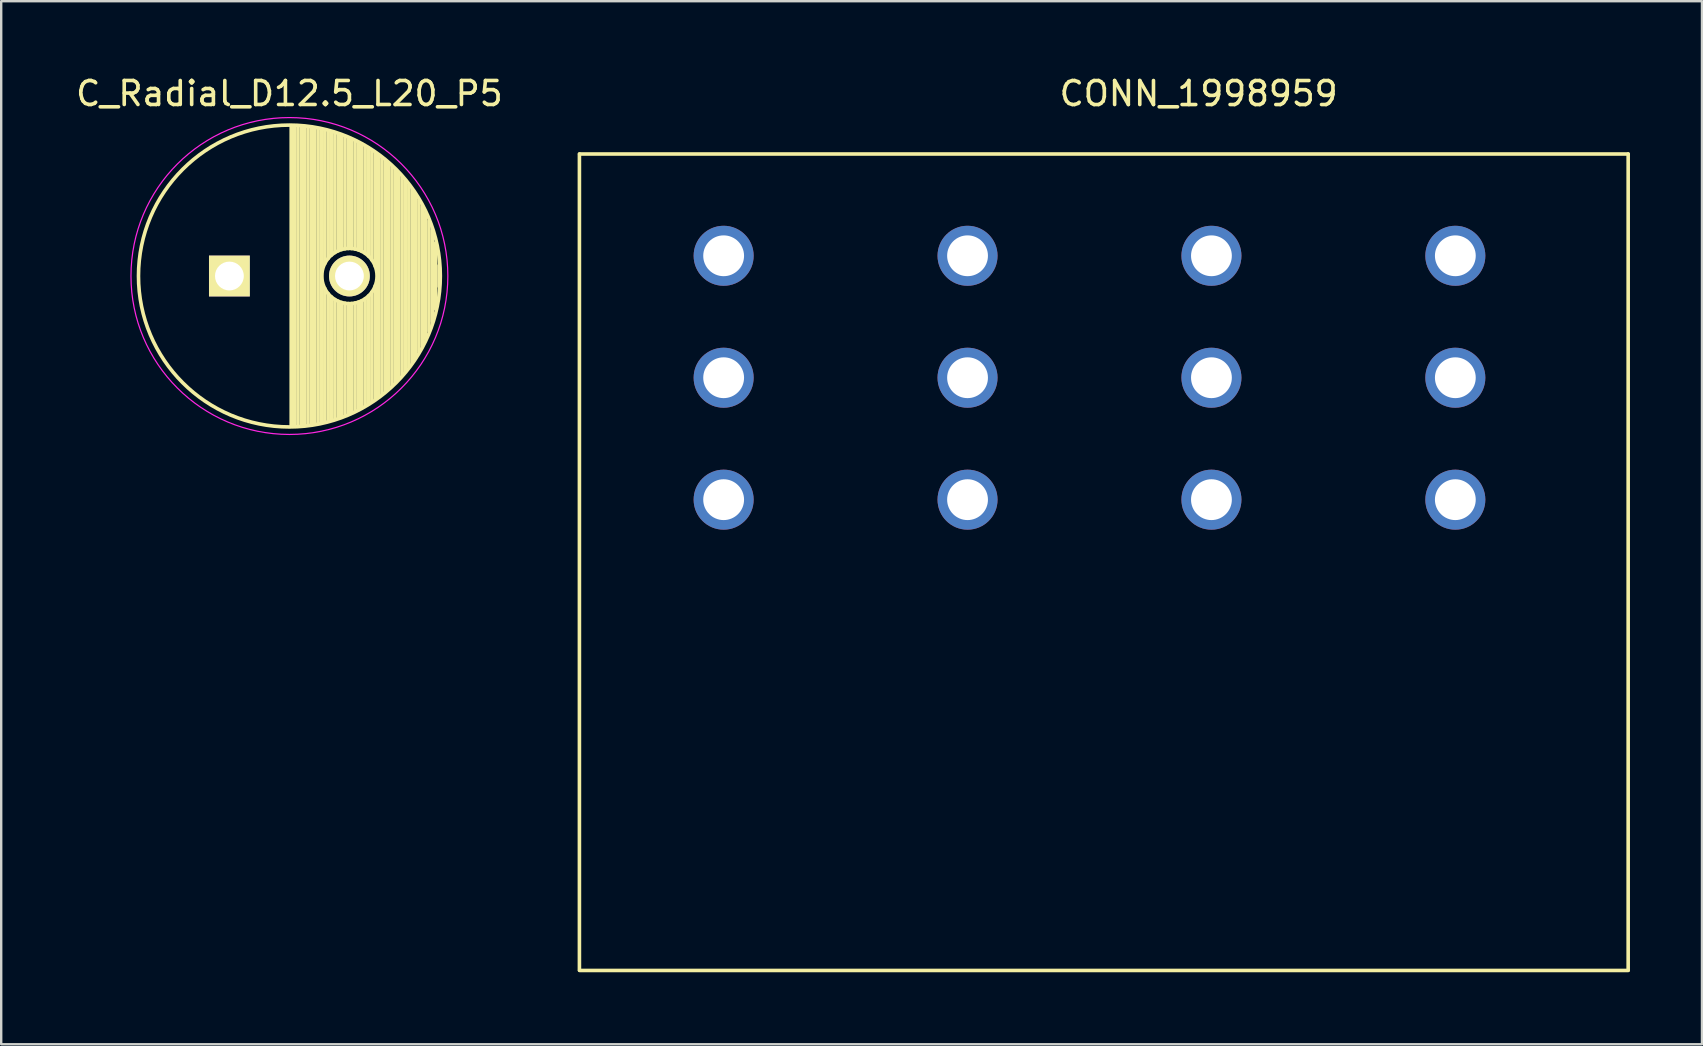
<source format=kicad_pcb>
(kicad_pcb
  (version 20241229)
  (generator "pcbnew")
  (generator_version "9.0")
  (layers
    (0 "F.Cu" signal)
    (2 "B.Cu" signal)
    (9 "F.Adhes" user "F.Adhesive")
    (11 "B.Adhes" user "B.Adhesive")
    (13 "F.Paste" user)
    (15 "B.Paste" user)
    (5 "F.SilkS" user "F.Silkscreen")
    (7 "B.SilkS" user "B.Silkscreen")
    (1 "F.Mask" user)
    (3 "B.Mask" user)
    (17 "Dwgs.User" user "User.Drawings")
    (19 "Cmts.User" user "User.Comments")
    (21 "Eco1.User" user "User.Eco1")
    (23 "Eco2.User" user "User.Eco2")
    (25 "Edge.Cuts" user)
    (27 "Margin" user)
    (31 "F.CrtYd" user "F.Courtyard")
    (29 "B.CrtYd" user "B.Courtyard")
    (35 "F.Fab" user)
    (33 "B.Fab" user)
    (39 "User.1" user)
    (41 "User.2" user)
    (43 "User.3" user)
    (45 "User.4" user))
  (footprint "CONN_1998959"
    (layer "F.Cu")
    (at 27.095 17.765)
    (property "Reference" "CONN_1998959" (at 19.787 -16.916 0) (layer "F.SilkS") (effects (font (size 1 1) (thickness 0.15))))
    (attr through_hole)
    (fp_line (start -6.008 -14.4) (end -6.008 19.6) (stroke (width 0.15) (type solid)) (layer "F.SilkS"))
    (fp_line (start -6 -14.4) (end 37.68 -14.4) (stroke (width 0.15) (type solid)) (layer "F.SilkS"))
    (fp_line (start -6 19.611) (end 37.68 19.611) (stroke (width 0.15) (type solid)) (layer "F.SilkS"))
    (fp_line (start 37.68 -14.4) (end 37.68 19.6) (stroke (width 0.15) (type solid)) (layer "F.SilkS"))
    (pad "1" thru_hole circle (at 0 0) (size 2.5 2.5) (drill 1.7) (layers "*.Cu" "*.Mask"))
    (pad "12" thru_hole circle (at 0 -5.08) (size 2.5 2.5) (drill 1.7) (layers "*.Cu" "*.Mask"))
    (pad "13" thru_hole circle (at 0 -10.16) (size 2.5 2.5) (drill 1.7) (layers "*.Cu" "*.Mask"))
    (pad "21" thru_hole circle (at 10.16 0) (size 2.5 2.5) (drill 1.7) (layers "*.Cu" "*.Mask"))
    (pad "22" thru_hole circle (at 10.16 -5.08) (size 2.5 2.5) (drill 1.7) (layers "*.Cu" "*.Mask"))
    (pad "23" thru_hole circle (at 10.16 -10.16) (size 2.5 2.5) (drill 1.7) (layers "*.Cu" "*.Mask"))
    (pad "31" thru_hole circle (at 20.32 0) (size 2.5 2.5) (drill 1.7) (layers "*.Cu" "*.Mask"))
    (pad "32" thru_hole circle (at 20.32 -5.08) (size 2.5 2.5) (drill 1.7) (layers "*.Cu" "*.Mask"))
    (pad "33" thru_hole circle (at 20.32 -10.16) (size 2.5 2.5) (drill 1.7) (layers "*.Cu" "*.Mask"))
    (pad "41" thru_hole circle (at 30.48 0) (size 2.5 2.5) (drill 1.7) (layers "*.Cu" "*.Mask"))
    (pad "42" thru_hole circle (at 30.48 -5.08) (size 2.5 2.5) (drill 1.7) (layers "*.Cu" "*.Mask"))
    (pad "43" thru_hole circle (at 30.48 -10.16) (size 2.5 2.5) (drill 1.7) (layers "*.Cu" "*.Mask")))
  (footprint "C_Radial_D12.5_L20_P5"
    (layer "F.Cu")
    (at 6.506 8.448)
    (property "Reference" "C_Radial_D12.5_L20_P5" (at 2.5 -7.6 0) (layer "F.SilkS") (effects (font (size 1 1) (thickness 0.15))))
    (attr through_hole)
    (fp_line (start 2.575 -6.25) (end 2.575 6.25) (stroke (width 0.15) (type solid)) (layer "F.SilkS"))
    (fp_line (start 2.715 -6.246) (end 2.715 6.246) (stroke (width 0.15) (type solid)) (layer "F.SilkS"))
    (fp_line (start 2.855 -6.24) (end 2.855 6.24) (stroke (width 0.15) (type solid)) (layer "F.SilkS"))
    (fp_line (start 2.995 -6.23) (end 2.995 6.23) (stroke (width 0.15) (type solid)) (layer "F.SilkS"))
    (fp_line (start 3.135 -6.218) (end 3.135 6.218) (stroke (width 0.15) (type solid)) (layer "F.SilkS"))
    (fp_line (start 3.275 -6.202) (end 3.275 6.202) (stroke (width 0.15) (type solid)) (layer "F.SilkS"))
    (fp_line (start 3.415 -6.183) (end 3.415 6.183) (stroke (width 0.15) (type solid)) (layer "F.SilkS"))
    (fp_line (start 3.555 -6.16) (end 3.555 6.16) (stroke (width 0.15) (type solid)) (layer "F.SilkS"))
    (fp_line (start 3.695 -6.135) (end 3.695 6.135) (stroke (width 0.15) (type solid)) (layer "F.SilkS"))
    (fp_line (start 3.835 -6.106) (end 3.835 6.106) (stroke (width 0.15) (type solid)) (layer "F.SilkS"))
    (fp_line (start 3.975 -6.073) (end 3.975 -0.521) (stroke (width 0.15) (type solid)) (layer "F.SilkS"))
    (fp_line (start 3.975 0.521) (end 3.975 6.073) (stroke (width 0.15) (type solid)) (layer "F.SilkS"))
    (fp_line (start 4.115 -6.038) (end 4.115 -0.734) (stroke (width 0.15) (type solid)) (layer "F.SilkS"))
    (fp_line (start 4.115 0.734) (end 4.115 6.038) (stroke (width 0.15) (type solid)) (layer "F.SilkS"))
    (fp_line (start 4.255 -5.999) (end 4.255 -0.876) (stroke (width 0.15) (type solid)) (layer "F.SilkS"))
    (fp_line (start 4.255 0.876) (end 4.255 5.999) (stroke (width 0.15) (type solid)) (layer "F.SilkS"))
    (fp_line (start 4.395 -5.956) (end 4.395 -0.978) (stroke (width 0.15) (type solid)) (layer "F.SilkS"))
    (fp_line (start 4.395 0.978) (end 4.395 5.956) (stroke (width 0.15) (type solid)) (layer "F.SilkS"))
    (fp_line (start 4.535 -5.909) (end 4.535 -1.052) (stroke (width 0.15) (type solid)) (layer "F.SilkS"))
    (fp_line (start 4.535 1.052) (end 4.535 5.909) (stroke (width 0.15) (type solid)) (layer "F.SilkS"))
    (fp_line (start 4.675 -5.859) (end 4.675 -1.103) (stroke (width 0.15) (type solid)) (layer "F.SilkS"))
    (fp_line (start 4.675 1.103) (end 4.675 5.859) (stroke (width 0.15) (type solid)) (layer "F.SilkS"))
    (fp_line (start 4.815 -5.805) (end 4.815 -1.135) (stroke (width 0.15) (type solid)) (layer "F.SilkS"))
    (fp_line (start 4.815 1.135) (end 4.815 5.805) (stroke (width 0.15) (type solid)) (layer "F.SilkS"))
    (fp_line (start 4.955 -5.748) (end 4.955 -1.149) (stroke (width 0.15) (type solid)) (layer "F.SilkS"))
    (fp_line (start 4.955 1.149) (end 4.955 5.748) (stroke (width 0.15) (type solid)) (layer "F.SilkS"))
    (fp_line (start 5.095 -5.686) (end 5.095 -1.146) (stroke (width 0.15) (type solid)) (layer "F.SilkS"))
    (fp_line (start 5.095 1.146) (end 5.095 5.686) (stroke (width 0.15) (type solid)) (layer "F.SilkS"))
    (fp_line (start 5.235 -5.62) (end 5.235 -1.126) (stroke (width 0.15) (type solid)) (layer "F.SilkS"))
    (fp_line (start 5.235 1.126) (end 5.235 5.62) (stroke (width 0.15) (type solid)) (layer "F.SilkS"))
    (fp_line (start 5.375 -5.549) (end 5.375 -1.087) (stroke (width 0.15) (type solid)) (layer "F.SilkS"))
    (fp_line (start 5.375 1.087) (end 5.375 5.549) (stroke (width 0.15) (type solid)) (layer "F.SilkS"))
    (fp_line (start 5.515 -5.475) (end 5.515 -1.028) (stroke (width 0.15) (type solid)) (layer "F.SilkS"))
    (fp_line (start 5.515 1.028) (end 5.515 5.475) (stroke (width 0.15) (type solid)) (layer "F.SilkS"))
    (fp_line (start 5.655 -5.395) (end 5.655 -0.945) (stroke (width 0.15) (type solid)) (layer "F.SilkS"))
    (fp_line (start 5.655 0.945) (end 5.655 5.395) (stroke (width 0.15) (type solid)) (layer "F.SilkS"))
    (fp_line (start 5.795 -5.311) (end 5.795 -0.831) (stroke (width 0.15) (type solid)) (layer "F.SilkS"))
    (fp_line (start 5.795 0.831) (end 5.795 5.311) (stroke (width 0.15) (type solid)) (layer "F.SilkS"))
    (fp_line (start 5.935 -5.221) (end 5.935 -0.67) (stroke (width 0.15) (type solid)) (layer "F.SilkS"))
    (fp_line (start 5.935 0.67) (end 5.935 5.221) (stroke (width 0.15) (type solid)) (layer "F.SilkS"))
    (fp_line (start 6.075 -5.127) (end 6.075 -0.409) (stroke (width 0.15) (type solid)) (layer "F.SilkS"))
    (fp_line (start 6.075 0.409) (end 6.075 5.127) (stroke (width 0.15) (type solid)) (layer "F.SilkS"))
    (fp_line (start 6.215 -5.026) (end 6.215 5.026) (stroke (width 0.15) (type solid)) (layer "F.SilkS"))
    (fp_line (start 6.355 -4.919) (end 6.355 4.919) (stroke (width 0.15) (type solid)) (layer "F.SilkS"))
    (fp_line (start 6.495 -4.807) (end 6.495 4.807) (stroke (width 0.15) (type solid)) (layer "F.SilkS"))
    (fp_line (start 6.635 -4.687) (end 6.635 4.687) (stroke (width 0.15) (type solid)) (layer "F.SilkS"))
    (fp_line (start 6.775 -4.559) (end 6.775 4.559) (stroke (width 0.15) (type solid)) (layer "F.SilkS"))
    (fp_line (start 6.915 -4.424) (end 6.915 4.424) (stroke (width 0.15) (type solid)) (layer "F.SilkS"))
    (fp_line (start 7.055 -4.28) (end 7.055 4.28) (stroke (width 0.15) (type solid)) (layer "F.SilkS"))
    (fp_line (start 7.195 -4.125) (end 7.195 4.125) (stroke (width 0.15) (type solid)) (layer "F.SilkS"))
    (fp_line (start 7.335 -3.96) (end 7.335 3.96) (stroke (width 0.15) (type solid)) (layer "F.SilkS"))
    (fp_line (start 7.475 -3.783) (end 7.475 3.783) (stroke (width 0.15) (type solid)) (layer "F.SilkS"))
    (fp_line (start 7.615 -3.592) (end 7.615 3.592) (stroke (width 0.15) (type solid)) (layer "F.SilkS"))
    (fp_line (start 7.755 -3.383) (end 7.755 3.383) (stroke (width 0.15) (type solid)) (layer "F.SilkS"))
    (fp_line (start 7.895 -3.155) (end 7.895 3.155) (stroke (width 0.15) (type solid)) (layer "F.SilkS"))
    (fp_line (start 8.035 -2.903) (end 8.035 2.903) (stroke (width 0.15) (type solid)) (layer "F.SilkS"))
    (fp_line (start 8.175 -2.619) (end 8.175 2.619) (stroke (width 0.15) (type solid)) (layer "F.SilkS"))
    (fp_line (start 8.315 -2.291) (end 8.315 2.291) (stroke (width 0.15) (type solid)) (layer "F.SilkS"))
    (fp_line (start 8.455 -1.897) (end 8.455 1.897) (stroke (width 0.15) (type solid)) (layer "F.SilkS"))
    (fp_line (start 8.595 -1.383) (end 8.595 1.383) (stroke (width 0.15) (type solid)) (layer "F.SilkS"))
    (fp_line (start 8.735 -0.433) (end 8.735 0.433) (stroke (width 0.15) (type solid)) (layer "F.SilkS"))
    (fp_circle (center 2.5 0) (end 2.5 -6.287) (stroke (width 0.15) (type solid)) (fill no) (layer "F.SilkS"))
    (fp_circle (center 5 0) (end 5 -1.15) (stroke (width 0.15) (type solid)) (fill no) (layer "F.SilkS"))
    (fp_circle (center 2.5 0) (end 2.5 -6.6) (stroke (width 0.05) (type solid)) (fill no) (layer "F.CrtYd"))
    (pad "1" thru_hole rect (at 0 0) (size 1.7 1.7) (drill 1.2) (layers "*.Cu" "*.Mask" "F.SilkS"))
    (pad "2" thru_hole circle (at 5 0) (size 1.7 1.7) (drill 1.2) (layers "*.Cu" "*.Mask" "F.SilkS")))
  (gr_rect
    (start -3 -3)
    (end 67.85 40.45)
    (stroke (width 0.1) (type default))
    (fill no)
    (layer "Edge.Cuts")))
</source>
